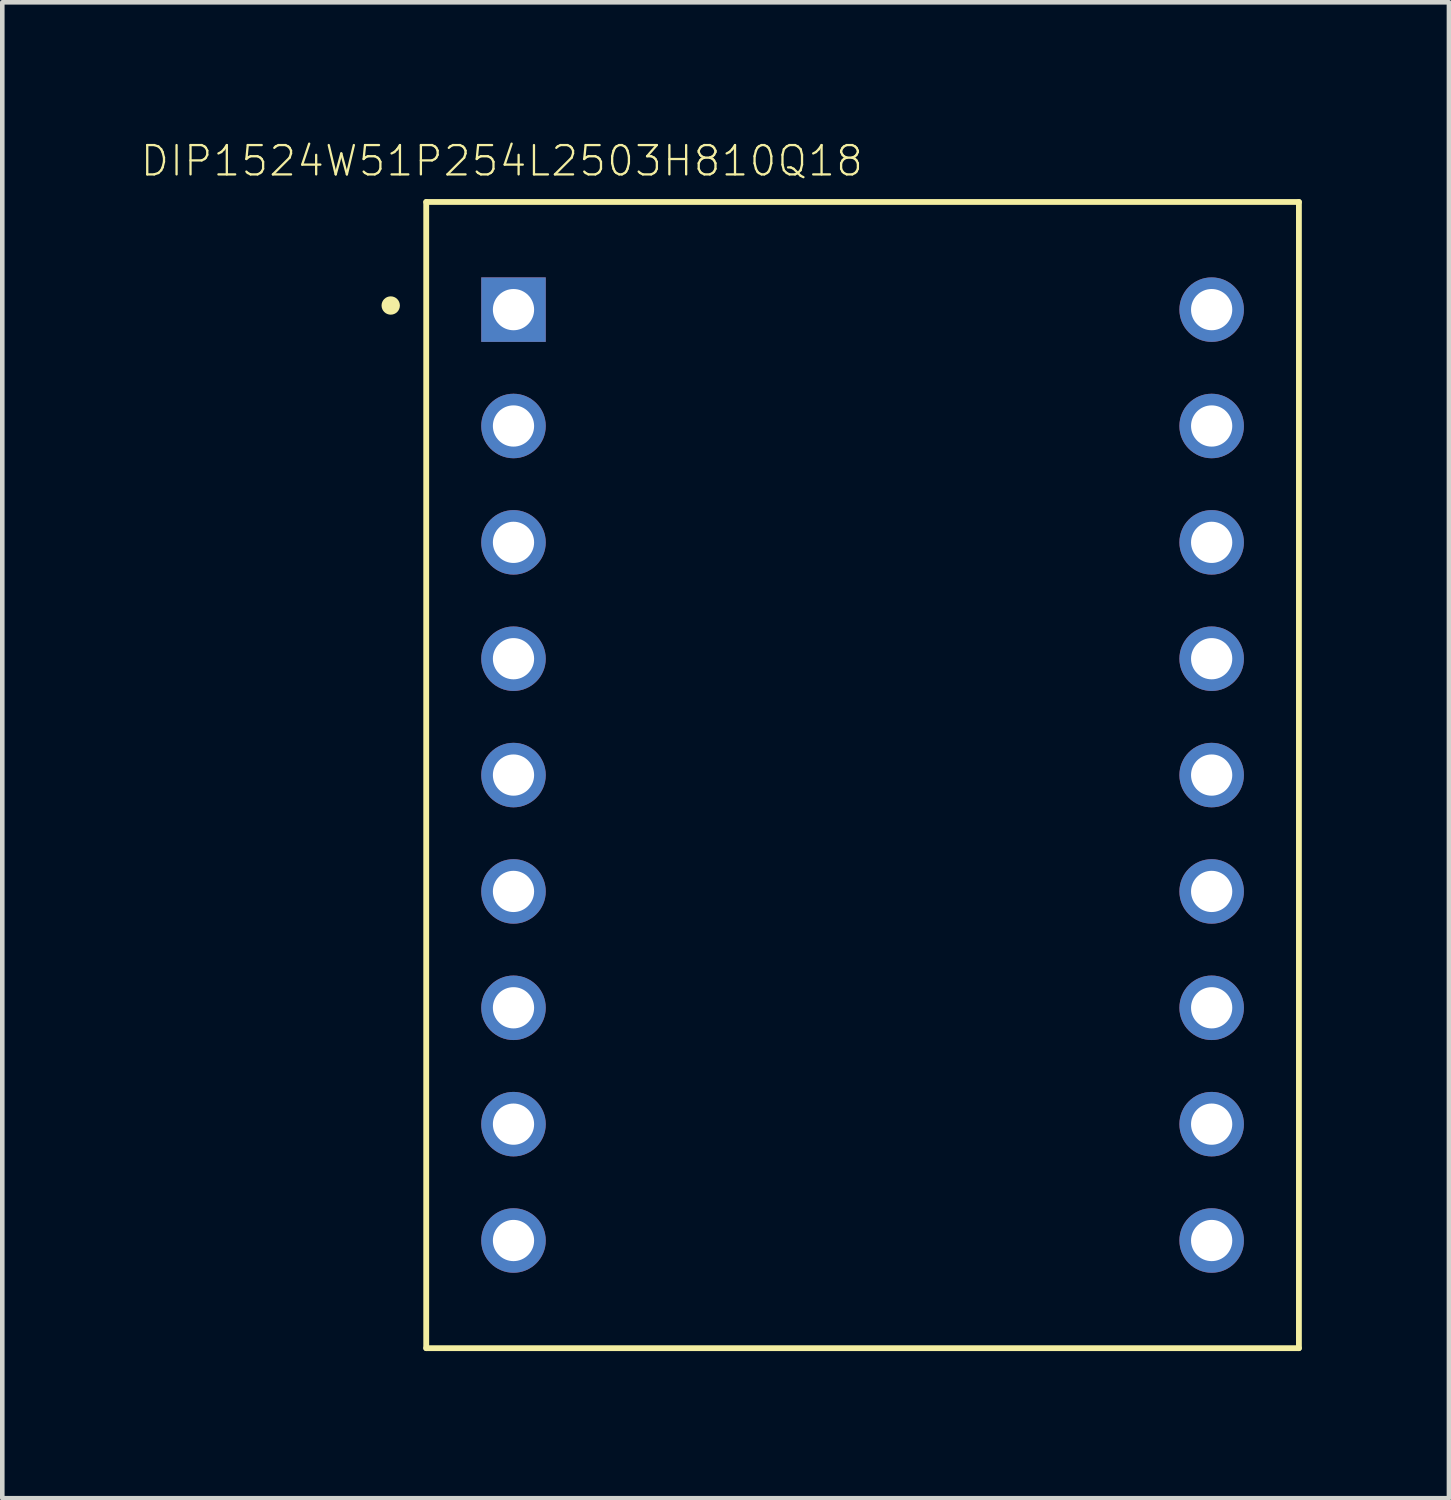
<source format=kicad_pcb>
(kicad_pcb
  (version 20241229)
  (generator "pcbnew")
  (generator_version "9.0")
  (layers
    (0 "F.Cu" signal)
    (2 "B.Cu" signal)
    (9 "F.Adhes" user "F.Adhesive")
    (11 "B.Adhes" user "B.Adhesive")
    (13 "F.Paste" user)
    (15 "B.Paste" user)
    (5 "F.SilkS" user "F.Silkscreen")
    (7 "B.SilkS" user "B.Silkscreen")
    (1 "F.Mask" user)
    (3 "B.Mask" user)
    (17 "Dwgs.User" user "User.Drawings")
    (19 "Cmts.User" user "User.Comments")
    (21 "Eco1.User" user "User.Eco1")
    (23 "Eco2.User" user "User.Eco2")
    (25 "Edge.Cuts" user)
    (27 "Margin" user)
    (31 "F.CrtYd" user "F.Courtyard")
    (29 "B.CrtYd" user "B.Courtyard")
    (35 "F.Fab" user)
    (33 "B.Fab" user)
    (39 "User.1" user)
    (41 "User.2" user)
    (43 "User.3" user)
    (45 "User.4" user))
  (footprint "DIP1524W51P254L2503H810Q18"
    (layer "F.Cu")
    (at 15.779 13.869)
    (property "Reference" "DIP1524W51P254L2503H810Q18" (at -7.874 -13.406 0) (layer "F.SilkS") (effects (font (size 0.64 0.64) (thickness 0.05))))
    (attr through_hole)
    (fp_line (start -9.525 -12.51) (end 9.525 -12.51) (stroke (width 0.127) (type solid)) (layer "F.SilkS"))
    (fp_line (start -9.525 12.51) (end -9.525 -12.51) (stroke (width 0.127) (type solid)) (layer "F.SilkS"))
    (fp_line (start 9.525 -12.51) (end 9.525 12.51) (stroke (width 0.127) (type solid)) (layer "F.SilkS"))
    (fp_line (start 9.525 12.51) (end -9.525 12.51) (stroke (width 0.127) (type solid)) (layer "F.SilkS"))
    (fp_circle (center -10.3 -10.25) (end -10.2 -10.25) (stroke (width 0.2) (type solid)) (fill no) (layer "F.SilkS"))
    (fp_line (start -9.775 -12.76) (end 9.775 -12.76) (stroke (width 0.05) (type solid)) (layer "Eco1.User"))
    (fp_line (start -9.775 12.76) (end -9.775 -12.76) (stroke (width 0.05) (type solid)) (layer "Eco1.User"))
    (fp_line (start 9.775 -12.76) (end 9.775 12.76) (stroke (width 0.05) (type solid)) (layer "Eco1.User"))
    (fp_line (start 9.775 12.76) (end -9.775 12.76) (stroke (width 0.05) (type solid)) (layer "Eco1.User"))
    (fp_line (start -9.525 -12.51) (end 9.525 -12.51) (stroke (width 0.127) (type solid)) (layer "Eco2.User"))
    (fp_line (start -9.525 12.51) (end -9.525 -12.51) (stroke (width 0.127) (type solid)) (layer "Eco2.User"))
    (fp_line (start 9.525 -12.51) (end 9.525 12.51) (stroke (width 0.127) (type solid)) (layer "Eco2.User"))
    (fp_line (start 9.525 12.51) (end -9.525 12.51) (stroke (width 0.127) (type solid)) (layer "Eco2.User"))
    (fp_circle (center -10.3 -10.25) (end -10.2 -10.25) (stroke (width 0.2) (type solid)) (fill no) (layer "Eco2.User"))
    (pad "1" thru_hole rect (at -7.62 -10.16) (size 1.408 1.408) (drill 0.9) (layers "*.Cu" "*.Mask"))
    (pad "2" thru_hole circle (at -7.62 -7.62) (size 1.408 1.408) (drill 0.9) (layers "*.Cu" "*.Mask"))
    (pad "3" thru_hole circle (at -7.62 -5.08) (size 1.408 1.408) (drill 0.9) (layers "*.Cu" "*.Mask"))
    (pad "4" thru_hole circle (at -7.62 -2.54) (size 1.408 1.408) (drill 0.9) (layers "*.Cu" "*.Mask"))
    (pad "5" thru_hole circle (at -7.62 0) (size 1.408 1.408) (drill 0.9) (layers "*.Cu" "*.Mask"))
    (pad "6" thru_hole circle (at -7.62 2.54) (size 1.408 1.408) (drill 0.9) (layers "*.Cu" "*.Mask"))
    (pad "7" thru_hole circle (at -7.62 5.08) (size 1.408 1.408) (drill 0.9) (layers "*.Cu" "*.Mask"))
    (pad "8" thru_hole circle (at -7.62 7.62) (size 1.408 1.408) (drill 0.9) (layers "*.Cu" "*.Mask"))
    (pad "9" thru_hole circle (at -7.62 10.16) (size 1.408 1.408) (drill 0.9) (layers "*.Cu" "*.Mask"))
    (pad "10" thru_hole circle (at 7.62 10.16) (size 1.408 1.408) (drill 0.9) (layers "*.Cu" "*.Mask"))
    (pad "11" thru_hole circle (at 7.62 7.62) (size 1.408 1.408) (drill 0.9) (layers "*.Cu" "*.Mask"))
    (pad "12" thru_hole circle (at 7.62 5.08) (size 1.408 1.408) (drill 0.9) (layers "*.Cu" "*.Mask"))
    (pad "13" thru_hole circle (at 7.62 2.54) (size 1.408 1.408) (drill 0.9) (layers "*.Cu" "*.Mask"))
    (pad "14" thru_hole circle (at 7.62 0) (size 1.408 1.408) (drill 0.9) (layers "*.Cu" "*.Mask"))
    (pad "15" thru_hole circle (at 7.62 -2.54) (size 1.408 1.408) (drill 0.9) (layers "*.Cu" "*.Mask"))
    (pad "16" thru_hole circle (at 7.62 -5.08) (size 1.408 1.408) (drill 0.9) (layers "*.Cu" "*.Mask"))
    (pad "17" thru_hole circle (at 7.62 -7.62) (size 1.408 1.408) (drill 0.9) (layers "*.Cu" "*.Mask"))
    (pad "18" thru_hole circle (at 7.62 -10.16) (size 1.408 1.408) (drill 0.9) (layers "*.Cu" "*.Mask")))
  (gr_rect
    (start -3 -3)
    (end 28.579 29.654)
    (stroke (width 0.1) (type default))
    (fill no)
    (layer "Edge.Cuts")))
</source>
